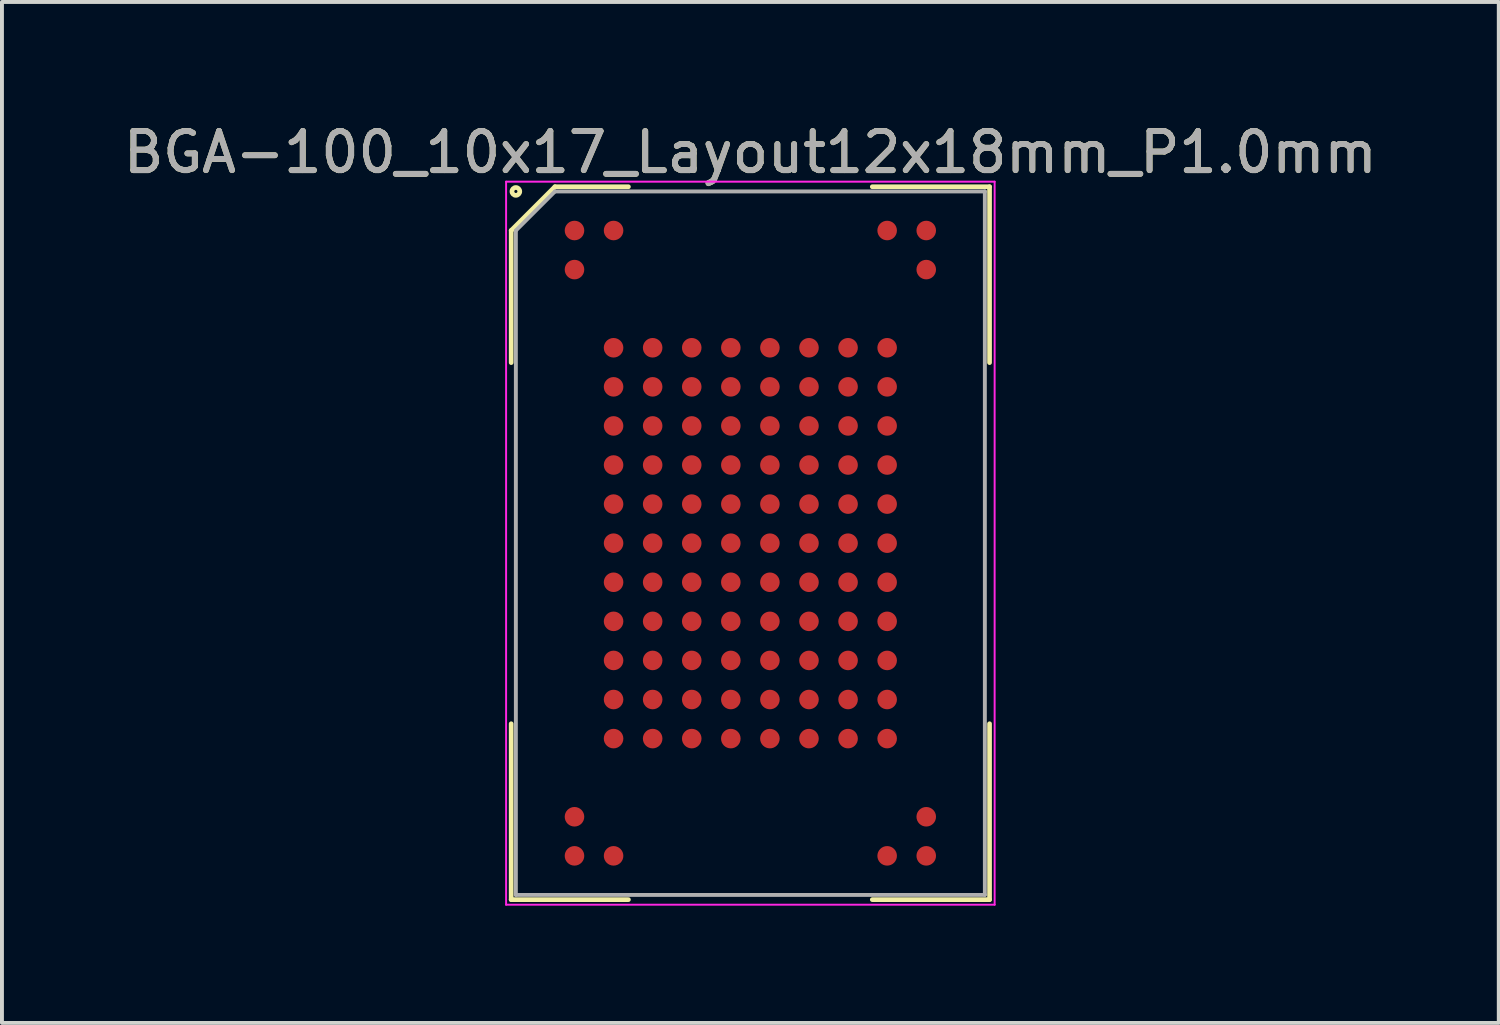
<source format=kicad_pcb>
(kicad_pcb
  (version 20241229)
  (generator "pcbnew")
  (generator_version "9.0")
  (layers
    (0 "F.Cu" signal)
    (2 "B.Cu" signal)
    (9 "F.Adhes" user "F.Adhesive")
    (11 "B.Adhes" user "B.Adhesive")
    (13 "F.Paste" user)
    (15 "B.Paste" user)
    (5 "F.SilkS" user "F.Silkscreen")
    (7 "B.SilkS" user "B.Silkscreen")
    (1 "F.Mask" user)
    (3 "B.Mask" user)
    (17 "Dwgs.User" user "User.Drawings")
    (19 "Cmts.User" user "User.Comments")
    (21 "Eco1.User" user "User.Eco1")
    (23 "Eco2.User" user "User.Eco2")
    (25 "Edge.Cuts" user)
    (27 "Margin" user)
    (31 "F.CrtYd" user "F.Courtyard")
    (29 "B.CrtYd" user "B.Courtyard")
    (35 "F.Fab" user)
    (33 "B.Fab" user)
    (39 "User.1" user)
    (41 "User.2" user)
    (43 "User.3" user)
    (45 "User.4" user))
  (footprint "BGA-100_10x17_Layout12x18mm_P1.0mm"
    (layer "F.Cu")
    (at 16.149 10.848)
    (property "Reference" "BGA-100_10x17_Layout12x18mm_P1.0mm" (at 0 -10 0) (layer "F.SilkS") (effects (font (size 1 1) (thickness 0.15))))
    (attr smd)
    (fp_line (start -6.12 -8) (end -6.12 -4.62) (stroke (width 0.12) (type solid)) (layer "F.SilkS"))
    (fp_line (start -6.12 9.12) (end -6.12 4.62) (stroke (width 0.12) (type solid)) (layer "F.SilkS"))
    (fp_line (start -5 -9.12) (end -6.12 -8) (stroke (width 0.12) (type solid)) (layer "F.SilkS"))
    (fp_line (start -3.12 -9.12) (end -5 -9.12) (stroke (width 0.12) (type solid)) (layer "F.SilkS"))
    (fp_line (start -3.12 9.12) (end -6.12 9.12) (stroke (width 0.12) (type solid)) (layer "F.SilkS"))
    (fp_line (start 3.12 -9.12) (end 6.12 -9.12) (stroke (width 0.12) (type solid)) (layer "F.SilkS"))
    (fp_line (start 3.12 9.12) (end 6.12 9.12) (stroke (width 0.12) (type solid)) (layer "F.SilkS"))
    (fp_line (start 6.12 -9.12) (end 6.12 -4.62) (stroke (width 0.12) (type solid)) (layer "F.SilkS"))
    (fp_line (start 6.12 9.12) (end 6.12 4.62) (stroke (width 0.12) (type solid)) (layer "F.SilkS"))
    (fp_circle (center -6 -9) (end -5.9 -9) (stroke (width 0.12) (type solid)) (fill no) (layer "F.SilkS"))
    (fp_line (start -6.25 -9.25) (end 6.25 -9.25) (stroke (width 0.05) (type solid)) (layer "F.CrtYd"))
    (fp_line (start -6.25 9.25) (end -6.25 -9.25) (stroke (width 0.05) (type solid)) (layer "F.CrtYd"))
    (fp_line (start 6.25 -9.25) (end 6.25 9.25) (stroke (width 0.05) (type solid)) (layer "F.CrtYd"))
    (fp_line (start 6.25 9.25) (end -6.25 9.25) (stroke (width 0.05) (type solid)) (layer "F.CrtYd"))
    (fp_line (start -6 -8) (end -6 9) (stroke (width 0.1) (type solid)) (layer "F.Fab"))
    (fp_line (start -6 9) (end 6 9) (stroke (width 0.1) (type solid)) (layer "F.Fab"))
    (fp_line (start -5 -9) (end -6 -8) (stroke (width 0.1) (type solid)) (layer "F.Fab"))
    (fp_line (start 6 -9) (end -5 -9) (stroke (width 0.1) (type solid)) (layer "F.Fab"))
    (fp_line (start 6 9) (end 6 -9) (stroke (width 0.1) (type solid)) (layer "F.Fab"))
    (fp_text user "${REFERENCE}" (at 0 -10 0) (layer "F.Fab") (effects (font (size 1 1) (thickness 0.15))))
    (pad "A1" smd circle (at -4.5 -8) (size 0.5 0.5) (layers "F.Cu" "F.Mask" "F.Paste"))
    (pad "A2" smd circle (at -3.5 -8) (size 0.5 0.5) (layers "F.Cu" "F.Mask" "F.Paste"))
    (pad "A9" smd circle (at 3.5 -8) (size 0.5 0.5) (layers "F.Cu" "F.Mask" "F.Paste"))
    (pad "A10" smd circle (at 4.5 -8) (size 0.5 0.5) (layers "F.Cu" "F.Mask" "F.Paste"))
    (pad "B1" smd circle (at -4.5 -7) (size 0.5 0.5) (layers "F.Cu" "F.Mask" "F.Paste"))
    (pad "B10" smd circle (at 4.5 -7) (size 0.5 0.5) (layers "F.Cu" "F.Mask" "F.Paste"))
    (pad "D2" smd circle (at -3.5 -5) (size 0.5 0.5) (layers "F.Cu" "F.Mask" "F.Paste"))
    (pad "D3" smd circle (at -2.5 -5) (size 0.5 0.5) (layers "F.Cu" "F.Mask" "F.Paste"))
    (pad "D4" smd circle (at -1.5 -5) (size 0.5 0.5) (layers "F.Cu" "F.Mask" "F.Paste"))
    (pad "D5" smd circle (at -0.5 -5) (size 0.5 0.5) (layers "F.Cu" "F.Mask" "F.Paste"))
    (pad "D6" smd circle (at 0.5 -5) (size 0.5 0.5) (layers "F.Cu" "F.Mask" "F.Paste"))
    (pad "D7" smd circle (at 1.5 -5) (size 0.5 0.5) (layers "F.Cu" "F.Mask" "F.Paste"))
    (pad "D8" smd circle (at 2.5 -5) (size 0.5 0.5) (layers "F.Cu" "F.Mask" "F.Paste"))
    (pad "D9" smd circle (at 3.5 -5) (size 0.5 0.5) (layers "F.Cu" "F.Mask" "F.Paste"))
    (pad "E2" smd circle (at -3.5 -4) (size 0.5 0.5) (layers "F.Cu" "F.Mask" "F.Paste"))
    (pad "E3" smd circle (at -2.5 -4) (size 0.5 0.5) (layers "F.Cu" "F.Mask" "F.Paste"))
    (pad "E4" smd circle (at -1.5 -4) (size 0.5 0.5) (layers "F.Cu" "F.Mask" "F.Paste"))
    (pad "E5" smd circle (at -0.5 -4) (size 0.5 0.5) (layers "F.Cu" "F.Mask" "F.Paste"))
    (pad "E6" smd circle (at 0.5 -4) (size 0.5 0.5) (layers "F.Cu" "F.Mask" "F.Paste"))
    (pad "E7" smd circle (at 1.5 -4) (size 0.5 0.5) (layers "F.Cu" "F.Mask" "F.Paste"))
    (pad "E8" smd circle (at 2.5 -4) (size 0.5 0.5) (layers "F.Cu" "F.Mask" "F.Paste"))
    (pad "E9" smd circle (at 3.5 -4) (size 0.5 0.5) (layers "F.Cu" "F.Mask" "F.Paste"))
    (pad "F2" smd circle (at -3.5 -3) (size 0.5 0.5) (layers "F.Cu" "F.Mask" "F.Paste"))
    (pad "F3" smd circle (at -2.5 -3) (size 0.5 0.5) (layers "F.Cu" "F.Mask" "F.Paste"))
    (pad "F4" smd circle (at -1.5 -3) (size 0.5 0.5) (layers "F.Cu" "F.Mask" "F.Paste"))
    (pad "F5" smd circle (at -0.5 -3) (size 0.5 0.5) (layers "F.Cu" "F.Mask" "F.Paste"))
    (pad "F6" smd circle (at 0.5 -3) (size 0.5 0.5) (layers "F.Cu" "F.Mask" "F.Paste"))
    (pad "F7" smd circle (at 1.5 -3) (size 0.5 0.5) (layers "F.Cu" "F.Mask" "F.Paste"))
    (pad "F8" smd circle (at 2.5 -3) (size 0.5 0.5) (layers "F.Cu" "F.Mask" "F.Paste"))
    (pad "F9" smd circle (at 3.5 -3) (size 0.5 0.5) (layers "F.Cu" "F.Mask" "F.Paste"))
    (pad "G2" smd circle (at -3.5 -2) (size 0.5 0.5) (layers "F.Cu" "F.Mask" "F.Paste"))
    (pad "G3" smd circle (at -2.5 -2) (size 0.5 0.5) (layers "F.Cu" "F.Mask" "F.Paste"))
    (pad "G4" smd circle (at -1.5 -2) (size 0.5 0.5) (layers "F.Cu" "F.Mask" "F.Paste"))
    (pad "G5" smd circle (at -0.5 -2) (size 0.5 0.5) (layers "F.Cu" "F.Mask" "F.Paste"))
    (pad "G6" smd circle (at 0.5 -2) (size 0.5 0.5) (layers "F.Cu" "F.Mask" "F.Paste"))
    (pad "G7" smd circle (at 1.5 -2) (size 0.5 0.5) (layers "F.Cu" "F.Mask" "F.Paste"))
    (pad "G8" smd circle (at 2.5 -2) (size 0.5 0.5) (layers "F.Cu" "F.Mask" "F.Paste"))
    (pad "G9" smd circle (at 3.5 -2) (size 0.5 0.5) (layers "F.Cu" "F.Mask" "F.Paste"))
    (pad "H2" smd circle (at -3.5 -1) (size 0.5 0.5) (layers "F.Cu" "F.Mask" "F.Paste"))
    (pad "H3" smd circle (at -2.5 -1) (size 0.5 0.5) (layers "F.Cu" "F.Mask" "F.Paste"))
    (pad "H4" smd circle (at -1.5 -1) (size 0.5 0.5) (layers "F.Cu" "F.Mask" "F.Paste"))
    (pad "H5" smd circle (at -0.5 -1) (size 0.5 0.5) (layers "F.Cu" "F.Mask" "F.Paste"))
    (pad "H6" smd circle (at 0.5 -1) (size 0.5 0.5) (layers "F.Cu" "F.Mask" "F.Paste"))
    (pad "H7" smd circle (at 1.5 -1) (size 0.5 0.5) (layers "F.Cu" "F.Mask" "F.Paste"))
    (pad "H8" smd circle (at 2.5 -1) (size 0.5 0.5) (layers "F.Cu" "F.Mask" "F.Paste"))
    (pad "H9" smd circle (at 3.5 -1) (size 0.5 0.5) (layers "F.Cu" "F.Mask" "F.Paste"))
    (pad "J2" smd circle (at -3.5 0) (size 0.5 0.5) (layers "F.Cu" "F.Mask" "F.Paste"))
    (pad "J3" smd circle (at -2.5 0) (size 0.5 0.5) (layers "F.Cu" "F.Mask" "F.Paste"))
    (pad "J4" smd circle (at -1.5 0) (size 0.5 0.5) (layers "F.Cu" "F.Mask" "F.Paste"))
    (pad "J5" smd circle (at -0.5 0) (size 0.5 0.5) (layers "F.Cu" "F.Mask" "F.Paste"))
    (pad "J6" smd circle (at 0.5 0) (size 0.5 0.5) (layers "F.Cu" "F.Mask" "F.Paste"))
    (pad "J7" smd circle (at 1.5 0) (size 0.5 0.5) (layers "F.Cu" "F.Mask" "F.Paste"))
    (pad "J8" smd circle (at 2.5 0) (size 0.5 0.5) (layers "F.Cu" "F.Mask" "F.Paste"))
    (pad "J9" smd circle (at 3.5 0) (size 0.5 0.5) (layers "F.Cu" "F.Mask" "F.Paste"))
    (pad "K2" smd circle (at -3.5 1) (size 0.5 0.5) (layers "F.Cu" "F.Mask" "F.Paste"))
    (pad "K3" smd circle (at -2.5 1) (size 0.5 0.5) (layers "F.Cu" "F.Mask" "F.Paste"))
    (pad "K4" smd circle (at -1.5 1) (size 0.5 0.5) (layers "F.Cu" "F.Mask" "F.Paste"))
    (pad "K5" smd circle (at -0.5 1) (size 0.5 0.5) (layers "F.Cu" "F.Mask" "F.Paste"))
    (pad "K6" smd circle (at 0.5 1) (size 0.5 0.5) (layers "F.Cu" "F.Mask" "F.Paste"))
    (pad "K7" smd circle (at 1.5 1) (size 0.5 0.5) (layers "F.Cu" "F.Mask" "F.Paste"))
    (pad "K8" smd circle (at 2.5 1) (size 0.5 0.5) (layers "F.Cu" "F.Mask" "F.Paste"))
    (pad "K9" smd circle (at 3.5 1) (size 0.5 0.5) (layers "F.Cu" "F.Mask" "F.Paste"))
    (pad "L2" smd circle (at -3.5 2) (size 0.5 0.5) (layers "F.Cu" "F.Mask" "F.Paste"))
    (pad "L3" smd circle (at -2.5 2) (size 0.5 0.5) (layers "F.Cu" "F.Mask" "F.Paste"))
    (pad "L4" smd circle (at -1.5 2) (size 0.5 0.5) (layers "F.Cu" "F.Mask" "F.Paste"))
    (pad "L5" smd circle (at -0.5 2) (size 0.5 0.5) (layers "F.Cu" "F.Mask" "F.Paste"))
    (pad "L6" smd circle (at 0.5 2) (size 0.5 0.5) (layers "F.Cu" "F.Mask" "F.Paste"))
    (pad "L7" smd circle (at 1.5 2) (size 0.5 0.5) (layers "F.Cu" "F.Mask" "F.Paste"))
    (pad "L8" smd circle (at 2.5 2) (size 0.5 0.5) (layers "F.Cu" "F.Mask" "F.Paste"))
    (pad "L9" smd circle (at 3.5 2) (size 0.5 0.5) (layers "F.Cu" "F.Mask" "F.Paste"))
    (pad "M2" smd circle (at -3.5 3) (size 0.5 0.5) (layers "F.Cu" "F.Mask" "F.Paste"))
    (pad "M3" smd circle (at -2.5 3) (size 0.5 0.5) (layers "F.Cu" "F.Mask" "F.Paste"))
    (pad "M4" smd circle (at -1.5 3) (size 0.5 0.5) (layers "F.Cu" "F.Mask" "F.Paste"))
    (pad "M5" smd circle (at -0.5 3) (size 0.5 0.5) (layers "F.Cu" "F.Mask" "F.Paste"))
    (pad "M6" smd circle (at 0.5 3) (size 0.5 0.5) (layers "F.Cu" "F.Mask" "F.Paste"))
    (pad "M7" smd circle (at 1.5 3) (size 0.5 0.5) (layers "F.Cu" "F.Mask" "F.Paste"))
    (pad "M8" smd circle (at 2.5 3) (size 0.5 0.5) (layers "F.Cu" "F.Mask" "F.Paste"))
    (pad "M9" smd circle (at 3.5 3) (size 0.5 0.5) (layers "F.Cu" "F.Mask" "F.Paste"))
    (pad "N2" smd circle (at -3.5 4) (size 0.5 0.5) (layers "F.Cu" "F.Mask" "F.Paste"))
    (pad "N3" smd circle (at -2.5 4) (size 0.5 0.5) (layers "F.Cu" "F.Mask" "F.Paste"))
    (pad "N4" smd circle (at -1.5 4) (size 0.5 0.5) (layers "F.Cu" "F.Mask" "F.Paste"))
    (pad "N5" smd circle (at -0.5 4) (size 0.5 0.5) (layers "F.Cu" "F.Mask" "F.Paste"))
    (pad "N6" smd circle (at 0.5 4) (size 0.5 0.5) (layers "F.Cu" "F.Mask" "F.Paste"))
    (pad "N7" smd circle (at 1.5 4) (size 0.5 0.5) (layers "F.Cu" "F.Mask" "F.Paste"))
    (pad "N8" smd circle (at 2.5 4) (size 0.5 0.5) (layers "F.Cu" "F.Mask" "F.Paste"))
    (pad "N9" smd circle (at 3.5 4) (size 0.5 0.5) (layers "F.Cu" "F.Mask" "F.Paste"))
    (pad "P2" smd circle (at -3.5 5) (size 0.5 0.5) (layers "F.Cu" "F.Mask" "F.Paste"))
    (pad "P3" smd circle (at -2.5 5) (size 0.5 0.5) (layers "F.Cu" "F.Mask" "F.Paste"))
    (pad "P4" smd circle (at -1.5 5) (size 0.5 0.5) (layers "F.Cu" "F.Mask" "F.Paste"))
    (pad "P5" smd circle (at -0.5 5) (size 0.5 0.5) (layers "F.Cu" "F.Mask" "F.Paste"))
    (pad "P6" smd circle (at 0.5 5) (size 0.5 0.5) (layers "F.Cu" "F.Mask" "F.Paste"))
    (pad "P7" smd circle (at 1.5 5) (size 0.5 0.5) (layers "F.Cu" "F.Mask" "F.Paste"))
    (pad "P8" smd circle (at 2.5 5) (size 0.5 0.5) (layers "F.Cu" "F.Mask" "F.Paste"))
    (pad "P9" smd circle (at 3.5 5) (size 0.5 0.5) (layers "F.Cu" "F.Mask" "F.Paste"))
    (pad "T1" smd circle (at -4.5 7) (size 0.5 0.5) (layers "F.Cu" "F.Mask" "F.Paste"))
    (pad "T10" smd circle (at 4.5 7) (size 0.5 0.5) (layers "F.Cu" "F.Mask" "F.Paste"))
    (pad "U1" smd circle (at -4.5 8) (size 0.5 0.5) (layers "F.Cu" "F.Mask" "F.Paste"))
    (pad "U2" smd circle (at -3.5 8) (size 0.5 0.5) (layers "F.Cu" "F.Mask" "F.Paste"))
    (pad "U9" smd circle (at 3.5 8) (size 0.5 0.5) (layers "F.Cu" "F.Mask" "F.Paste"))
    (pad "U10" smd circle (at 4.5 8) (size 0.5 0.5) (layers "F.Cu" "F.Mask" "F.Paste")))
  (gr_rect
    (start -3 -3)
    (end 35.298 23.123)
    (stroke (width 0.1) (type default))
    (fill no)
    (layer "Edge.Cuts")))
</source>
